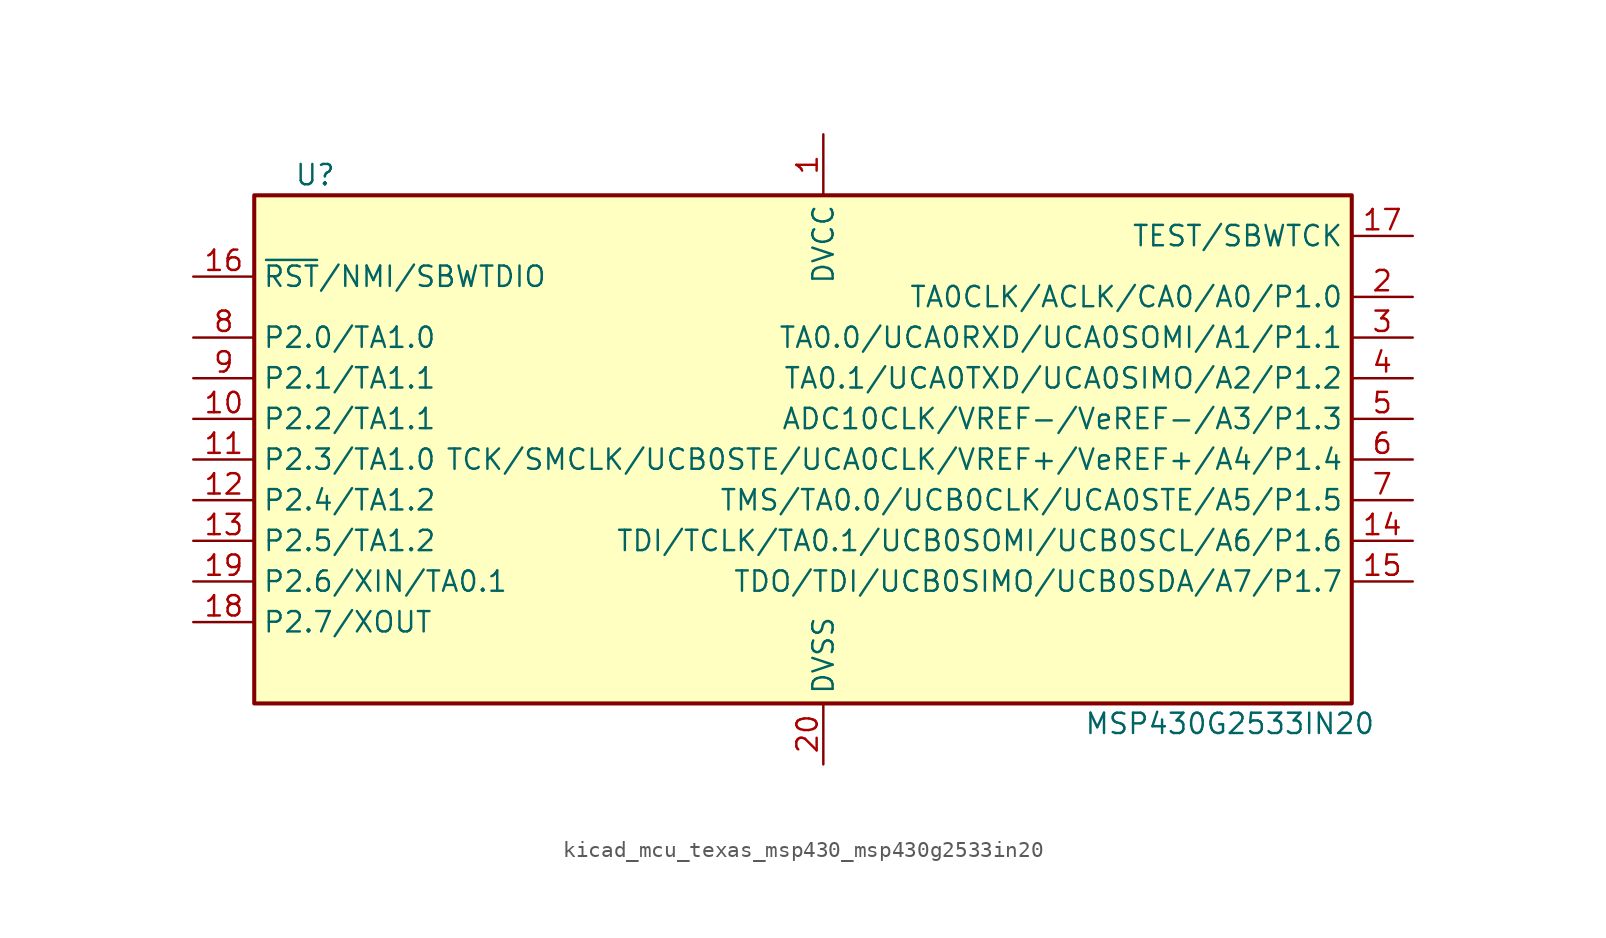
<source format=kicad_sym>
(kicad_symbol_lib
  (version 20220914)
  (generator kicad_symbol_editor)
  (symbol "kicad_mcu_texas_msp430_msp430g2533in20"
    (property "Reference" "U"
      (at -30.48 17.78 0)
      (effects (font (size 1.27 1.27))))
    (property "Value" "MSP430G2533IN20"
      (at 26.67 -16.51 0)
      (effects (font (size 1.27 1.27))))
    (symbol "kicad_mcu_texas_msp430_msp430g2533in20_0_1"
      (rectangle (start -34.29 16.51) (end 34.29 -15.24) (stroke (width 0.254) (type default)) (fill (type background))))
    (symbol "kicad_mcu_texas_msp430_msp430g2533in20_1_1"
      (pin power_in line (at 1.27 20.32 270) (length 3.81) (name "DVCC" (effects (font (size 1.27 1.27)))) (number "1" (effects (font (size 1.27 1.27)))))
      (pin bidirectional line (at -38.1 2.54 0) (length 3.81) (name "P2.2/TA1.1" (effects (font (size 1.27 1.27)))) (number "10" (effects (font (size 1.27 1.27)))))
      (pin bidirectional line (at -38.1 0 0) (length 3.81) (name "P2.3/TA1.0" (effects (font (size 1.27 1.27)))) (number "11" (effects (font (size 1.27 1.27)))))
      (pin bidirectional line (at -38.1 -2.54 0) (length 3.81) (name "P2.4/TA1.2" (effects (font (size 1.27 1.27)))) (number "12" (effects (font (size 1.27 1.27)))))
      (pin bidirectional line (at -38.1 -5.08 0) (length 3.81) (name "P2.5/TA1.2" (effects (font (size 1.27 1.27)))) (number "13" (effects (font (size 1.27 1.27)))))
      (pin bidirectional line (at 38.1 -5.08 180) (length 3.81) (name "TDI/TCLK/TA0.1/UCB0SOMI/UCB0SCL/A6/P1.6" (effects (font (size 1.27 1.27)))) (number "14" (effects (font (size 1.27 1.27)))))
      (pin bidirectional line (at 38.1 -7.62 180) (length 3.81) (name "TDO/TDI/UCB0SIMO/UCB0SDA/A7/P1.7" (effects (font (size 1.27 1.27)))) (number "15" (effects (font (size 1.27 1.27)))))
      (pin input line (at -38.1 11.43 0) (length 3.81) (name "~{RST}/NMI/SBWTDIO" (effects (font (size 1.27 1.27)))) (number "16" (effects (font (size 1.27 1.27)))))
      (pin input line (at 38.1 13.97 180) (length 3.81) (name "TEST/SBWTCK" (effects (font (size 1.27 1.27)))) (number "17" (effects (font (size 1.27 1.27)))))
      (pin bidirectional line (at -38.1 -10.16 0) (length 3.81) (name "P2.7/XOUT" (effects (font (size 1.27 1.27)))) (number "18" (effects (font (size 1.27 1.27)))))
      (pin bidirectional line (at -38.1 -7.62 0) (length 3.81) (name "P2.6/XIN/TA0.1" (effects (font (size 1.27 1.27)))) (number "19" (effects (font (size 1.27 1.27)))))
      (pin bidirectional line (at 38.1 10.16 180) (length 3.81) (name "TA0CLK/ACLK/CA0/A0/P1.0" (effects (font (size 1.27 1.27)))) (number "2" (effects (font (size 1.27 1.27)))))
      (pin power_in line (at 1.27 -19.05 90) (length 3.81) (name "DVSS" (effects (font (size 1.27 1.27)))) (number "20" (effects (font (size 1.27 1.27)))))
      (pin bidirectional line (at 38.1 7.62 180) (length 3.81) (name "TA0.0/UCA0RXD/UCA0SOMI/A1/P1.1" (effects (font (size 1.27 1.27)))) (number "3" (effects (font (size 1.27 1.27)))))
      (pin bidirectional line (at 38.1 5.08 180) (length 3.81) (name "TA0.1/UCA0TXD/UCA0SIMO/A2/P1.2" (effects (font (size 1.27 1.27)))) (number "4" (effects (font (size 1.27 1.27)))))
      (pin bidirectional line (at 38.1 2.54 180) (length 3.81) (name "ADC10CLK/VREF-/VeREF-/A3/P1.3" (effects (font (size 1.27 1.27)))) (number "5" (effects (font (size 1.27 1.27)))))
      (pin bidirectional line (at 38.1 0 180) (length 3.81) (name "TCK/SMCLK/UCB0STE/UCA0CLK/VREF+/VeREF+/A4/P1.4" (effects (font (size 1.27 1.27)))) (number "6" (effects (font (size 1.27 1.27)))))
      (pin bidirectional line (at 38.1 -2.54 180) (length 3.81) (name "TMS/TA0.0/UCB0CLK/UCA0STE/A5/P1.5" (effects (font (size 1.27 1.27)))) (number "7" (effects (font (size 1.27 1.27)))))
      (pin bidirectional line (at -38.1 7.62 0) (length 3.81) (name "P2.0/TA1.0" (effects (font (size 1.27 1.27)))) (number "8" (effects (font (size 1.27 1.27)))))
      (pin bidirectional line (at -38.1 5.08 0) (length 3.81) (name "P2.1/TA1.1" (effects (font (size 1.27 1.27)))) (number "9" (effects (font (size 1.27 1.27))))))))
</source>
